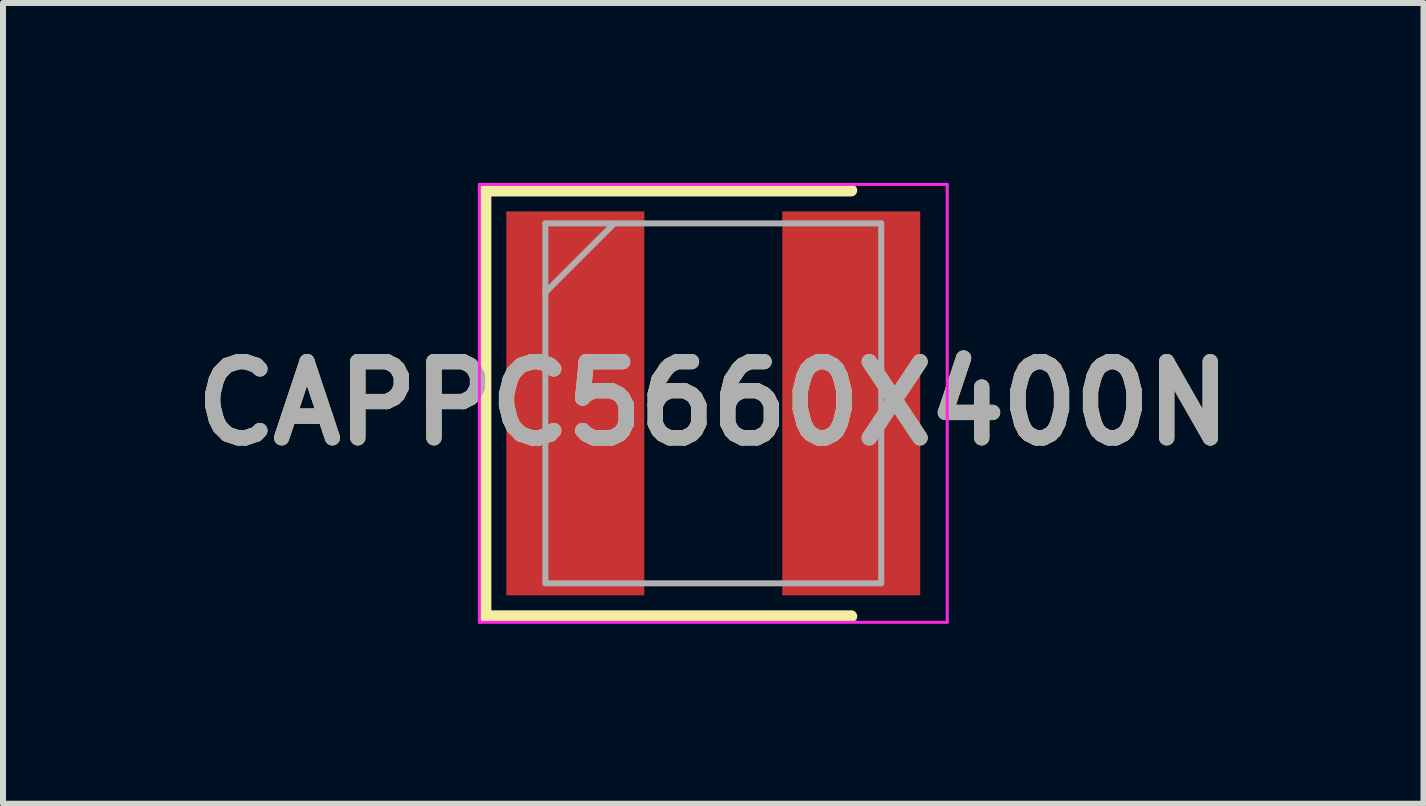
<source format=kicad_pcb>
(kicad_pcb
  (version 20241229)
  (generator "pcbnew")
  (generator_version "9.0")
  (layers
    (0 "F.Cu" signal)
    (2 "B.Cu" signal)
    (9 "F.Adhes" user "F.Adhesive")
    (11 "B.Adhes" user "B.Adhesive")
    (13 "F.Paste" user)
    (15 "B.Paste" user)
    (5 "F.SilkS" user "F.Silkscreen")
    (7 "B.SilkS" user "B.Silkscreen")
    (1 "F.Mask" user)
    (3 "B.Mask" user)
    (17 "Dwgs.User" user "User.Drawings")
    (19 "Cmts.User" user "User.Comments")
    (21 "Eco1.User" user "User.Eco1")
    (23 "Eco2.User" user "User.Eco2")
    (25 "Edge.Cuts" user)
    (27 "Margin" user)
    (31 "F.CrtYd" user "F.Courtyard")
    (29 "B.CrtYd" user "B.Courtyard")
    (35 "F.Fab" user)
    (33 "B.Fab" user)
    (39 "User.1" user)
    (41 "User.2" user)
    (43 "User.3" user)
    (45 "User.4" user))
  (footprint "CAPPC5660X400N"
    (layer "F.Cu")
    (at 8.842 3.675)
    (property "Reference" "CAPPC5660X400N" (at 0 0 0) (layer "F.SilkS") (effects (font (size 1.27 1.27) (thickness 0.254))))
    (attr smd)
    (fp_line (start -3.8 -3.55) (end -3.8 3.55) (stroke (width 0.2) (type solid)) (layer "F.SilkS"))
    (fp_line (start -3.8 3.55) (end 2.3 3.55) (stroke (width 0.2) (type solid)) (layer "F.SilkS"))
    (fp_line (start 2.3 -3.55) (end -3.8 -3.55) (stroke (width 0.2) (type solid)) (layer "F.SilkS"))
    (fp_line (start -3.9 -3.65) (end 3.9 -3.65) (stroke (width 0.05) (type solid)) (layer "F.CrtYd"))
    (fp_line (start -3.9 3.65) (end -3.9 -3.65) (stroke (width 0.05) (type solid)) (layer "F.CrtYd"))
    (fp_line (start 3.9 -3.65) (end 3.9 3.65) (stroke (width 0.05) (type solid)) (layer "F.CrtYd"))
    (fp_line (start 3.9 3.65) (end -3.9 3.65) (stroke (width 0.05) (type solid)) (layer "F.CrtYd"))
    (fp_line (start -2.8 -3) (end 2.8 -3) (stroke (width 0.1) (type solid)) (layer "F.Fab"))
    (fp_line (start -2.8 -1.85) (end -1.65 -3) (stroke (width 0.1) (type solid)) (layer "F.Fab"))
    (fp_line (start -2.8 3) (end -2.8 -3) (stroke (width 0.1) (type solid)) (layer "F.Fab"))
    (fp_line (start 2.8 -3) (end 2.8 3) (stroke (width 0.1) (type solid)) (layer "F.Fab"))
    (fp_line (start 2.8 3) (end -2.8 3) (stroke (width 0.1) (type solid)) (layer "F.Fab"))
    (fp_text user "${REFERENCE}" (at 0 0 0) (layer "F.Fab") (effects (font (size 1.27 1.27) (thickness 0.254))))
    (pad "1" smd rect (at -2.3 0) (size 2.3 6.4) (layers "F.Cu" "F.Mask" "F.Paste"))
    (pad "2" smd rect (at 2.3 0) (size 2.3 6.4) (layers "F.Cu" "F.Mask" "F.Paste")))
  (gr_rect
    (start -3 -3)
    (end 20.683 10.35)
    (stroke (width 0.1) (type default))
    (fill no)
    (layer "Edge.Cuts")))
</source>
